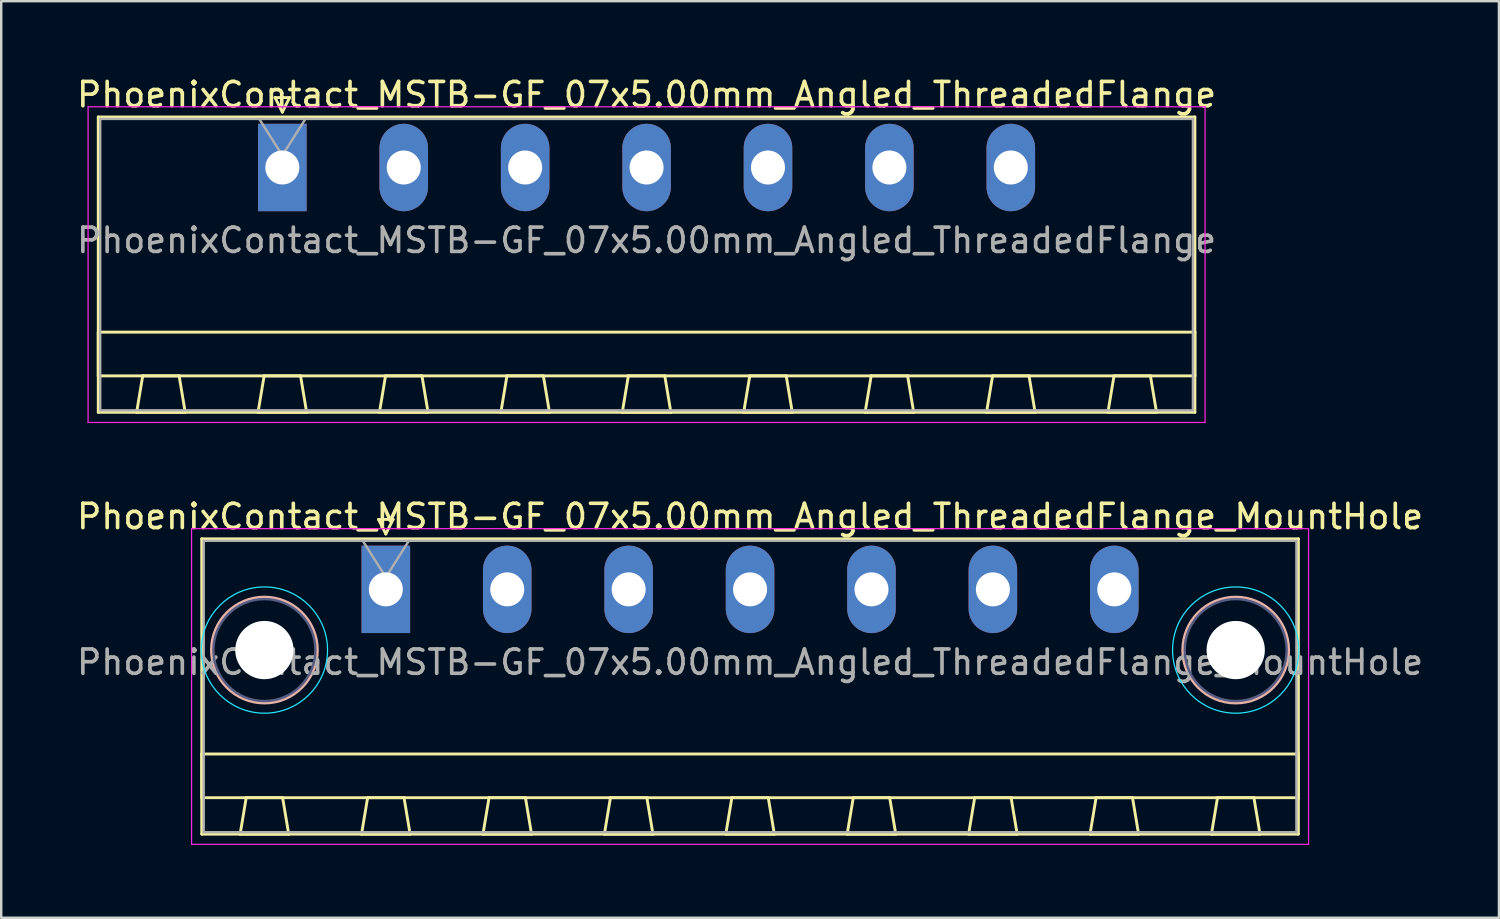
<source format=kicad_pcb>
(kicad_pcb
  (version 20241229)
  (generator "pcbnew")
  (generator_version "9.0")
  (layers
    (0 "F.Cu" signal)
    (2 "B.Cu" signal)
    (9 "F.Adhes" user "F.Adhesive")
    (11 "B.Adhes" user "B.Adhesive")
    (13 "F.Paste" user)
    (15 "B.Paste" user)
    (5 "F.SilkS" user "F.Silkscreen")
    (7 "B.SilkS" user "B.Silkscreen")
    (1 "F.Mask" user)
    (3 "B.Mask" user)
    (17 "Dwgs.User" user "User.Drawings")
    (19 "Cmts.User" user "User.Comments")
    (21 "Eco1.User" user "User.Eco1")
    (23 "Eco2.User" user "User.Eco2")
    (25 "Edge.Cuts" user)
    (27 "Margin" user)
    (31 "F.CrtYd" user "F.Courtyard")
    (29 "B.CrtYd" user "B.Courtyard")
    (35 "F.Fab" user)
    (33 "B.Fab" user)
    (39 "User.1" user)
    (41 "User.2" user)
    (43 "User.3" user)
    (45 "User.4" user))
  (footprint "PhoenixContact_MSTB-GF_07x5.00mm_Angled_ThreadedFlange"
    (layer "F.Cu")
    (at 8.577 3.848)
    (property "Reference" "PhoenixContact_MSTB-GF_07x5.00mm_Angled_ThreadedFlange" (at 15 -3 0) (layer "F.SilkS") (effects (font (size 1 1) (thickness 0.15))))
    (attr through_hole)
    (fp_line (start -7.58 -2.08) (end -7.58 10.08) (stroke (width 0.12) (type solid)) (layer "F.SilkS"))
    (fp_line (start -7.58 6.78) (end 37.58 6.78) (stroke (width 0.12) (type solid)) (layer "F.SilkS"))
    (fp_line (start -7.58 8.58) (end -7.58 6.78) (stroke (width 0.12) (type solid)) (layer "F.SilkS"))
    (fp_line (start -7.58 10.08) (end 37.58 10.08) (stroke (width 0.12) (type solid)) (layer "F.SilkS"))
    (fp_line (start -6 10.08) (end -4 10.08) (stroke (width 0.12) (type solid)) (layer "F.SilkS"))
    (fp_line (start -5.75 8.58) (end -6 10.08) (stroke (width 0.12) (type solid)) (layer "F.SilkS"))
    (fp_line (start -4.25 8.58) (end -5.75 8.58) (stroke (width 0.12) (type solid)) (layer "F.SilkS"))
    (fp_line (start -4 10.08) (end -4.25 8.58) (stroke (width 0.12) (type solid)) (layer "F.SilkS"))
    (fp_line (start -1 10.08) (end 1 10.08) (stroke (width 0.12) (type solid)) (layer "F.SilkS"))
    (fp_line (start -0.75 8.58) (end -1 10.08) (stroke (width 0.12) (type solid)) (layer "F.SilkS"))
    (fp_line (start -0.3 -2.88) (end 0.3 -2.88) (stroke (width 0.12) (type solid)) (layer "F.SilkS"))
    (fp_line (start 0 -2.28) (end -0.3 -2.88) (stroke (width 0.12) (type solid)) (layer "F.SilkS"))
    (fp_line (start 0.3 -2.88) (end 0 -2.28) (stroke (width 0.12) (type solid)) (layer "F.SilkS"))
    (fp_line (start 0.75 8.58) (end -0.75 8.58) (stroke (width 0.12) (type solid)) (layer "F.SilkS"))
    (fp_line (start 1 10.08) (end 0.75 8.58) (stroke (width 0.12) (type solid)) (layer "F.SilkS"))
    (fp_line (start 4 10.08) (end 6 10.08) (stroke (width 0.12) (type solid)) (layer "F.SilkS"))
    (fp_line (start 4.25 8.58) (end 4 10.08) (stroke (width 0.12) (type solid)) (layer "F.SilkS"))
    (fp_line (start 5.75 8.58) (end 4.25 8.58) (stroke (width 0.12) (type solid)) (layer "F.SilkS"))
    (fp_line (start 6 10.08) (end 5.75 8.58) (stroke (width 0.12) (type solid)) (layer "F.SilkS"))
    (fp_line (start 9 10.08) (end 11 10.08) (stroke (width 0.12) (type solid)) (layer "F.SilkS"))
    (fp_line (start 9.25 8.58) (end 9 10.08) (stroke (width 0.12) (type solid)) (layer "F.SilkS"))
    (fp_line (start 10.75 8.58) (end 9.25 8.58) (stroke (width 0.12) (type solid)) (layer "F.SilkS"))
    (fp_line (start 11 10.08) (end 10.75 8.58) (stroke (width 0.12) (type solid)) (layer "F.SilkS"))
    (fp_line (start 14 10.08) (end 16 10.08) (stroke (width 0.12) (type solid)) (layer "F.SilkS"))
    (fp_line (start 14.25 8.58) (end 14 10.08) (stroke (width 0.12) (type solid)) (layer "F.SilkS"))
    (fp_line (start 15.75 8.58) (end 14.25 8.58) (stroke (width 0.12) (type solid)) (layer "F.SilkS"))
    (fp_line (start 16 10.08) (end 15.75 8.58) (stroke (width 0.12) (type solid)) (layer "F.SilkS"))
    (fp_line (start 19 10.08) (end 21 10.08) (stroke (width 0.12) (type solid)) (layer "F.SilkS"))
    (fp_line (start 19.25 8.58) (end 19 10.08) (stroke (width 0.12) (type solid)) (layer "F.SilkS"))
    (fp_line (start 20.75 8.58) (end 19.25 8.58) (stroke (width 0.12) (type solid)) (layer "F.SilkS"))
    (fp_line (start 21 10.08) (end 20.75 8.58) (stroke (width 0.12) (type solid)) (layer "F.SilkS"))
    (fp_line (start 24 10.08) (end 26 10.08) (stroke (width 0.12) (type solid)) (layer "F.SilkS"))
    (fp_line (start 24.25 8.58) (end 24 10.08) (stroke (width 0.12) (type solid)) (layer "F.SilkS"))
    (fp_line (start 25.75 8.58) (end 24.25 8.58) (stroke (width 0.12) (type solid)) (layer "F.SilkS"))
    (fp_line (start 26 10.08) (end 25.75 8.58) (stroke (width 0.12) (type solid)) (layer "F.SilkS"))
    (fp_line (start 29 10.08) (end 31 10.08) (stroke (width 0.12) (type solid)) (layer "F.SilkS"))
    (fp_line (start 29.25 8.58) (end 29 10.08) (stroke (width 0.12) (type solid)) (layer "F.SilkS"))
    (fp_line (start 30.75 8.58) (end 29.25 8.58) (stroke (width 0.12) (type solid)) (layer "F.SilkS"))
    (fp_line (start 31 10.08) (end 30.75 8.58) (stroke (width 0.12) (type solid)) (layer "F.SilkS"))
    (fp_line (start 34 10.08) (end 36 10.08) (stroke (width 0.12) (type solid)) (layer "F.SilkS"))
    (fp_line (start 34.25 8.58) (end 34 10.08) (stroke (width 0.12) (type solid)) (layer "F.SilkS"))
    (fp_line (start 35.75 8.58) (end 34.25 8.58) (stroke (width 0.12) (type solid)) (layer "F.SilkS"))
    (fp_line (start 36 10.08) (end 35.75 8.58) (stroke (width 0.12) (type solid)) (layer "F.SilkS"))
    (fp_line (start 37.58 -2.08) (end -7.58 -2.08) (stroke (width 0.12) (type solid)) (layer "F.SilkS"))
    (fp_line (start 37.58 6.78) (end 37.58 8.58) (stroke (width 0.12) (type solid)) (layer "F.SilkS"))
    (fp_line (start 37.58 8.58) (end -7.58 8.58) (stroke (width 0.12) (type solid)) (layer "F.SilkS"))
    (fp_line (start 37.58 10.08) (end 37.58 -2.08) (stroke (width 0.12) (type solid)) (layer "F.SilkS"))
    (fp_line (start -8 -2.5) (end -8 10.5) (stroke (width 0.05) (type solid)) (layer "F.CrtYd"))
    (fp_line (start -8 10.5) (end 38 10.5) (stroke (width 0.05) (type solid)) (layer "F.CrtYd"))
    (fp_line (start 38 -2.5) (end -8 -2.5) (stroke (width 0.05) (type solid)) (layer "F.CrtYd"))
    (fp_line (start 38 10.5) (end 38 -2.5) (stroke (width 0.05) (type solid)) (layer "F.CrtYd"))
    (fp_line (start -7.5 -2) (end -7.5 10) (stroke (width 0.1) (type solid)) (layer "F.Fab"))
    (fp_line (start -7.5 10) (end 37.5 10) (stroke (width 0.1) (type solid)) (layer "F.Fab"))
    (fp_line (start 0 -0.5) (end -0.95 -2) (stroke (width 0.1) (type solid)) (layer "F.Fab"))
    (fp_line (start 0.95 -2) (end 0 -0.5) (stroke (width 0.1) (type solid)) (layer "F.Fab"))
    (fp_line (start 37.5 -2) (end -7.5 -2) (stroke (width 0.1) (type solid)) (layer "F.Fab"))
    (fp_line (start 37.5 10) (end 37.5 -2) (stroke (width 0.1) (type solid)) (layer "F.Fab"))
    (fp_text user "${REFERENCE}" (at 15 3 0) (layer "F.Fab") (effects (font (size 1 1) (thickness 0.15))))
    (pad "1" thru_hole rect (at 0 0) (size 2 3.6) (drill 1.4) (layers "*.Cu" "*.Mask"))
    (pad "2" thru_hole oval (at 5 0) (size 2 3.6) (drill 1.4) (layers "*.Cu" "*.Mask"))
    (pad "3" thru_hole oval (at 10 0) (size 2 3.6) (drill 1.4) (layers "*.Cu" "*.Mask"))
    (pad "4" thru_hole oval (at 15 0) (size 2 3.6) (drill 1.4) (layers "*.Cu" "*.Mask"))
    (pad "5" thru_hole oval (at 20 0) (size 2 3.6) (drill 1.4) (layers "*.Cu" "*.Mask"))
    (pad "6" thru_hole oval (at 25 0) (size 2 3.6) (drill 1.4) (layers "*.Cu" "*.Mask"))
    (pad "7" thru_hole oval (at 30 0) (size 2 3.6) (drill 1.4) (layers "*.Cu" "*.Mask")))
  (footprint "PhoenixContact_MSTB-GF_07x5.00mm_Angled_ThreadedFlange_MountHole"
    (layer "F.Cu")
    (at 12.839 21.221)
    (property "Reference" "PhoenixContact_MSTB-GF_07x5.00mm_Angled_ThreadedFlange_MountHole" (at 15 -3 0) (layer "F.SilkS") (effects (font (size 1 1) (thickness 0.15))))
    (attr through_hole)
    (fp_line (start -7.58 -2.08) (end -7.58 10.08) (stroke (width 0.12) (type solid)) (layer "F.SilkS"))
    (fp_line (start -7.58 6.78) (end 37.58 6.78) (stroke (width 0.12) (type solid)) (layer "F.SilkS"))
    (fp_line (start -7.58 8.58) (end -7.58 6.78) (stroke (width 0.12) (type solid)) (layer "F.SilkS"))
    (fp_line (start -7.58 10.08) (end 37.58 10.08) (stroke (width 0.12) (type solid)) (layer "F.SilkS"))
    (fp_line (start -6 10.08) (end -4 10.08) (stroke (width 0.12) (type solid)) (layer "F.SilkS"))
    (fp_line (start -5.75 8.58) (end -6 10.08) (stroke (width 0.12) (type solid)) (layer "F.SilkS"))
    (fp_line (start -4.25 8.58) (end -5.75 8.58) (stroke (width 0.12) (type solid)) (layer "F.SilkS"))
    (fp_line (start -4 10.08) (end -4.25 8.58) (stroke (width 0.12) (type solid)) (layer "F.SilkS"))
    (fp_line (start -1 10.08) (end 1 10.08) (stroke (width 0.12) (type solid)) (layer "F.SilkS"))
    (fp_line (start -0.75 8.58) (end -1 10.08) (stroke (width 0.12) (type solid)) (layer "F.SilkS"))
    (fp_line (start -0.3 -2.88) (end 0.3 -2.88) (stroke (width 0.12) (type solid)) (layer "F.SilkS"))
    (fp_line (start 0 -2.28) (end -0.3 -2.88) (stroke (width 0.12) (type solid)) (layer "F.SilkS"))
    (fp_line (start 0.3 -2.88) (end 0 -2.28) (stroke (width 0.12) (type solid)) (layer "F.SilkS"))
    (fp_line (start 0.75 8.58) (end -0.75 8.58) (stroke (width 0.12) (type solid)) (layer "F.SilkS"))
    (fp_line (start 1 10.08) (end 0.75 8.58) (stroke (width 0.12) (type solid)) (layer "F.SilkS"))
    (fp_line (start 4 10.08) (end 6 10.08) (stroke (width 0.12) (type solid)) (layer "F.SilkS"))
    (fp_line (start 4.25 8.58) (end 4 10.08) (stroke (width 0.12) (type solid)) (layer "F.SilkS"))
    (fp_line (start 5.75 8.58) (end 4.25 8.58) (stroke (width 0.12) (type solid)) (layer "F.SilkS"))
    (fp_line (start 6 10.08) (end 5.75 8.58) (stroke (width 0.12) (type solid)) (layer "F.SilkS"))
    (fp_line (start 9 10.08) (end 11 10.08) (stroke (width 0.12) (type solid)) (layer "F.SilkS"))
    (fp_line (start 9.25 8.58) (end 9 10.08) (stroke (width 0.12) (type solid)) (layer "F.SilkS"))
    (fp_line (start 10.75 8.58) (end 9.25 8.58) (stroke (width 0.12) (type solid)) (layer "F.SilkS"))
    (fp_line (start 11 10.08) (end 10.75 8.58) (stroke (width 0.12) (type solid)) (layer "F.SilkS"))
    (fp_line (start 14 10.08) (end 16 10.08) (stroke (width 0.12) (type solid)) (layer "F.SilkS"))
    (fp_line (start 14.25 8.58) (end 14 10.08) (stroke (width 0.12) (type solid)) (layer "F.SilkS"))
    (fp_line (start 15.75 8.58) (end 14.25 8.58) (stroke (width 0.12) (type solid)) (layer "F.SilkS"))
    (fp_line (start 16 10.08) (end 15.75 8.58) (stroke (width 0.12) (type solid)) (layer "F.SilkS"))
    (fp_line (start 19 10.08) (end 21 10.08) (stroke (width 0.12) (type solid)) (layer "F.SilkS"))
    (fp_line (start 19.25 8.58) (end 19 10.08) (stroke (width 0.12) (type solid)) (layer "F.SilkS"))
    (fp_line (start 20.75 8.58) (end 19.25 8.58) (stroke (width 0.12) (type solid)) (layer "F.SilkS"))
    (fp_line (start 21 10.08) (end 20.75 8.58) (stroke (width 0.12) (type solid)) (layer "F.SilkS"))
    (fp_line (start 24 10.08) (end 26 10.08) (stroke (width 0.12) (type solid)) (layer "F.SilkS"))
    (fp_line (start 24.25 8.58) (end 24 10.08) (stroke (width 0.12) (type solid)) (layer "F.SilkS"))
    (fp_line (start 25.75 8.58) (end 24.25 8.58) (stroke (width 0.12) (type solid)) (layer "F.SilkS"))
    (fp_line (start 26 10.08) (end 25.75 8.58) (stroke (width 0.12) (type solid)) (layer "F.SilkS"))
    (fp_line (start 29 10.08) (end 31 10.08) (stroke (width 0.12) (type solid)) (layer "F.SilkS"))
    (fp_line (start 29.25 8.58) (end 29 10.08) (stroke (width 0.12) (type solid)) (layer "F.SilkS"))
    (fp_line (start 30.75 8.58) (end 29.25 8.58) (stroke (width 0.12) (type solid)) (layer "F.SilkS"))
    (fp_line (start 31 10.08) (end 30.75 8.58) (stroke (width 0.12) (type solid)) (layer "F.SilkS"))
    (fp_line (start 34 10.08) (end 36 10.08) (stroke (width 0.12) (type solid)) (layer "F.SilkS"))
    (fp_line (start 34.25 8.58) (end 34 10.08) (stroke (width 0.12) (type solid)) (layer "F.SilkS"))
    (fp_line (start 35.75 8.58) (end 34.25 8.58) (stroke (width 0.12) (type solid)) (layer "F.SilkS"))
    (fp_line (start 36 10.08) (end 35.75 8.58) (stroke (width 0.12) (type solid)) (layer "F.SilkS"))
    (fp_line (start 37.58 -2.08) (end -7.58 -2.08) (stroke (width 0.12) (type solid)) (layer "F.SilkS"))
    (fp_line (start 37.58 6.78) (end 37.58 8.58) (stroke (width 0.12) (type solid)) (layer "F.SilkS"))
    (fp_line (start 37.58 8.58) (end -7.58 8.58) (stroke (width 0.12) (type solid)) (layer "F.SilkS"))
    (fp_line (start 37.58 10.08) (end 37.58 -2.08) (stroke (width 0.12) (type solid)) (layer "F.SilkS"))
    (fp_circle (center -5 2.5) (end -2.82 2.5) (stroke (width 0.12) (type solid)) (fill no) (layer "B.SilkS"))
    (fp_circle (center 35 2.5) (end 37.18 2.5) (stroke (width 0.12) (type solid)) (fill no) (layer "B.SilkS"))
    (fp_circle (center -5 2.5) (end -2.4 2.5) (stroke (width 0.05) (type solid)) (fill no) (layer "B.CrtYd"))
    (fp_circle (center 35 2.5) (end 37.6 2.5) (stroke (width 0.05) (type solid)) (fill no) (layer "B.CrtYd"))
    (fp_line (start -8 -2.5) (end -8 10.5) (stroke (width 0.05) (type solid)) (layer "F.CrtYd"))
    (fp_line (start -8 10.5) (end 38 10.5) (stroke (width 0.05) (type solid)) (layer "F.CrtYd"))
    (fp_line (start 38 -2.5) (end -8 -2.5) (stroke (width 0.05) (type solid)) (layer "F.CrtYd"))
    (fp_line (start 38 10.5) (end 38 -2.5) (stroke (width 0.05) (type solid)) (layer "F.CrtYd"))
    (fp_circle (center -5 2.5) (end -2.9 2.5) (stroke (width 0.1) (type solid)) (fill no) (layer "B.Fab"))
    (fp_circle (center 35 2.5) (end 37.1 2.5) (stroke (width 0.1) (type solid)) (fill no) (layer "B.Fab"))
    (fp_line (start -7.5 -2) (end -7.5 10) (stroke (width 0.1) (type solid)) (layer "F.Fab"))
    (fp_line (start -7.5 10) (end 37.5 10) (stroke (width 0.1) (type solid)) (layer "F.Fab"))
    (fp_line (start 0 -0.5) (end -0.95 -2) (stroke (width 0.1) (type solid)) (layer "F.Fab"))
    (fp_line (start 0.95 -2) (end 0 -0.5) (stroke (width 0.1) (type solid)) (layer "F.Fab"))
    (fp_line (start 37.5 -2) (end -7.5 -2) (stroke (width 0.1) (type solid)) (layer "F.Fab"))
    (fp_line (start 37.5 10) (end 37.5 -2) (stroke (width 0.1) (type solid)) (layer "F.Fab"))
    (fp_text user "${REFERENCE}" (at 15 3 0) (layer "F.Fab") (effects (font (size 1 1) (thickness 0.15))))
    (pad "" np_thru_hole circle (at -5 2.5) (size 2.4 2.4) (drill 2.4) (layers "*.Cu" "*.Mask"))
    (pad "" np_thru_hole circle (at 35 2.5) (size 2.4 2.4) (drill 2.4) (layers "*.Cu" "*.Mask"))
    (pad "1" thru_hole rect (at 0 0) (size 2 3.6) (drill 1.4) (layers "*.Cu" "*.Mask"))
    (pad "2" thru_hole oval (at 5 0) (size 2 3.6) (drill 1.4) (layers "*.Cu" "*.Mask"))
    (pad "3" thru_hole oval (at 10 0) (size 2 3.6) (drill 1.4) (layers "*.Cu" "*.Mask"))
    (pad "4" thru_hole oval (at 15 0) (size 2 3.6) (drill 1.4) (layers "*.Cu" "*.Mask"))
    (pad "5" thru_hole oval (at 20 0) (size 2 3.6) (drill 1.4) (layers "*.Cu" "*.Mask"))
    (pad "6" thru_hole oval (at 25 0) (size 2 3.6) (drill 1.4) (layers "*.Cu" "*.Mask"))
    (pad "7" thru_hole oval (at 30 0) (size 2 3.6) (drill 1.4) (layers "*.Cu" "*.Mask")))
  (gr_rect
    (start -3 -3)
    (end 58.679 34.746)
    (stroke (width 0.1) (type default))
    (fill no)
    (layer "Edge.Cuts")))
</source>
